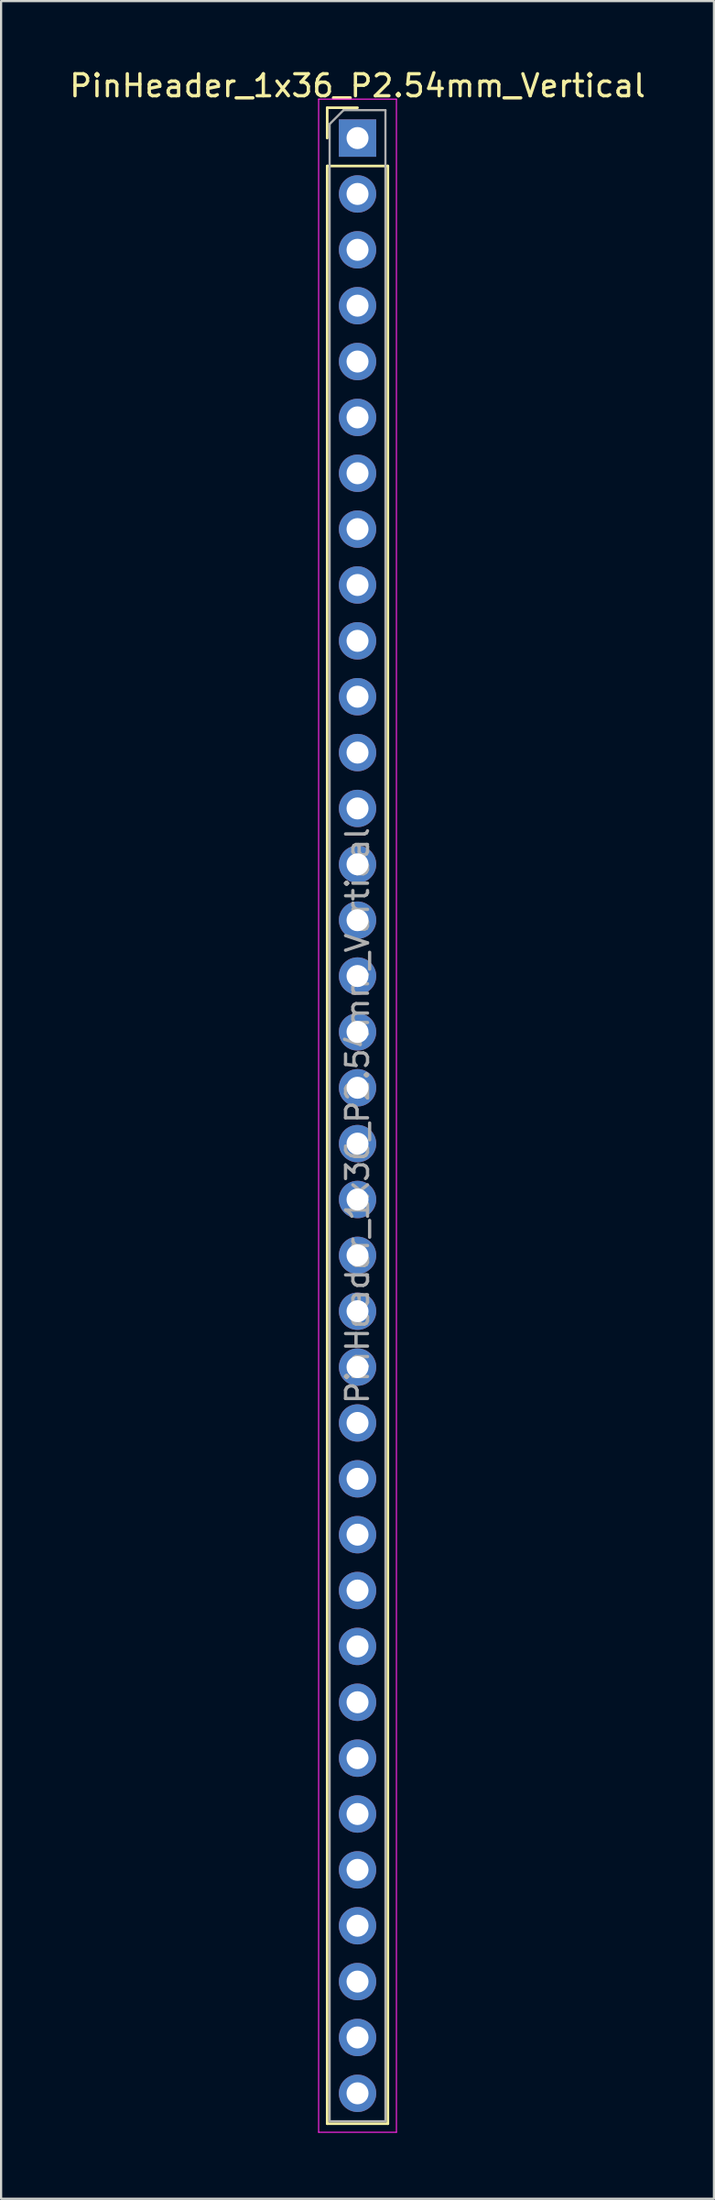
<source format=kicad_pcb>
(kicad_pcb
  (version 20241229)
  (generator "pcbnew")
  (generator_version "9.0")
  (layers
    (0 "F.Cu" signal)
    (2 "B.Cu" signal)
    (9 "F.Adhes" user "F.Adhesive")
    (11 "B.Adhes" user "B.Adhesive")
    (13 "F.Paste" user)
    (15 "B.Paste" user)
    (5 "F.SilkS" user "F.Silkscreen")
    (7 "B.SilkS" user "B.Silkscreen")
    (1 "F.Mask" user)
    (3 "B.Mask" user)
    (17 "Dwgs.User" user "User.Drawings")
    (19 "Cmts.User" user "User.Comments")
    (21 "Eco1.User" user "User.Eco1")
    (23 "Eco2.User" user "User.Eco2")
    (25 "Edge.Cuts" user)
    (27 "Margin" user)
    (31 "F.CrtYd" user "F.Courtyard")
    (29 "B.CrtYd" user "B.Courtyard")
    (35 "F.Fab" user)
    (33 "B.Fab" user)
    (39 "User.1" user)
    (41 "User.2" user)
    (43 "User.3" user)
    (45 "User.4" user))
  (footprint "PinHeader_1x36_P2.54mm_Vertical"
    (layer "F.Cu")
    (at 13.22 3.228)
    (property "Reference" "PinHeader_1x36_P2.54mm_Vertical" (at 0 -2.38 0) (layer "F.SilkS") (effects (font (size 1 1) (thickness 0.15))))
    (attr through_hole)
    (fp_line (start -1.38 -1.38) (end 0 -1.38) (stroke (width 0.12) (type solid)) (layer "F.SilkS"))
    (fp_line (start -1.38 0) (end -1.38 -1.38) (stroke (width 0.12) (type solid)) (layer "F.SilkS"))
    (fp_line (start -1.38 1.27) (end -1.38 90.28) (stroke (width 0.12) (type solid)) (layer "F.SilkS"))
    (fp_line (start -1.38 1.27) (end 1.38 1.27) (stroke (width 0.12) (type solid)) (layer "F.SilkS"))
    (fp_line (start -1.38 90.28) (end 1.38 90.28) (stroke (width 0.12) (type solid)) (layer "F.SilkS"))
    (fp_line (start 1.38 1.27) (end 1.38 90.28) (stroke (width 0.12) (type solid)) (layer "F.SilkS"))
    (fp_line (start -1.77 -1.77) (end -1.77 90.67) (stroke (width 0.05) (type solid)) (layer "F.CrtYd"))
    (fp_line (start -1.77 90.67) (end 1.77 90.67) (stroke (width 0.05) (type solid)) (layer "F.CrtYd"))
    (fp_line (start 1.77 -1.77) (end -1.77 -1.77) (stroke (width 0.05) (type solid)) (layer "F.CrtYd"))
    (fp_line (start 1.77 90.67) (end 1.77 -1.77) (stroke (width 0.05) (type solid)) (layer "F.CrtYd"))
    (fp_line (start -1.27 -0.635) (end -0.635 -1.27) (stroke (width 0.1) (type solid)) (layer "F.Fab"))
    (fp_line (start -1.27 90.17) (end -1.27 -0.635) (stroke (width 0.1) (type solid)) (layer "F.Fab"))
    (fp_line (start -0.635 -1.27) (end 1.27 -1.27) (stroke (width 0.1) (type solid)) (layer "F.Fab"))
    (fp_line (start 1.27 -1.27) (end 1.27 90.17) (stroke (width 0.1) (type solid)) (layer "F.Fab"))
    (fp_line (start 1.27 90.17) (end -1.27 90.17) (stroke (width 0.1) (type solid)) (layer "F.Fab"))
    (fp_text user "${REFERENCE}" (at 0 44.45 90) (layer "F.Fab") (effects (font (size 1 1) (thickness 0.15))))
    (pad "1" thru_hole rect (at 0 0) (size 1.7 1.7) (drill 1) (layers "*.Cu" "*.Mask"))
    (pad "2" thru_hole circle (at 0 2.54) (size 1.7 1.7) (drill 1) (layers "*.Cu" "*.Mask"))
    (pad "3" thru_hole circle (at 0 5.08) (size 1.7 1.7) (drill 1) (layers "*.Cu" "*.Mask"))
    (pad "4" thru_hole circle (at 0 7.62) (size 1.7 1.7) (drill 1) (layers "*.Cu" "*.Mask"))
    (pad "5" thru_hole circle (at 0 10.16) (size 1.7 1.7) (drill 1) (layers "*.Cu" "*.Mask"))
    (pad "6" thru_hole circle (at 0 12.7) (size 1.7 1.7) (drill 1) (layers "*.Cu" "*.Mask"))
    (pad "7" thru_hole circle (at 0 15.24) (size 1.7 1.7) (drill 1) (layers "*.Cu" "*.Mask"))
    (pad "8" thru_hole circle (at 0 17.78) (size 1.7 1.7) (drill 1) (layers "*.Cu" "*.Mask"))
    (pad "9" thru_hole circle (at 0 20.32) (size 1.7 1.7) (drill 1) (layers "*.Cu" "*.Mask"))
    (pad "10" thru_hole circle (at 0 22.86) (size 1.7 1.7) (drill 1) (layers "*.Cu" "*.Mask"))
    (pad "11" thru_hole circle (at 0 25.4) (size 1.7 1.7) (drill 1) (layers "*.Cu" "*.Mask"))
    (pad "12" thru_hole circle (at 0 27.94) (size 1.7 1.7) (drill 1) (layers "*.Cu" "*.Mask"))
    (pad "13" thru_hole circle (at 0 30.48) (size 1.7 1.7) (drill 1) (layers "*.Cu" "*.Mask"))
    (pad "14" thru_hole circle (at 0 33.02) (size 1.7 1.7) (drill 1) (layers "*.Cu" "*.Mask"))
    (pad "15" thru_hole circle (at 0 35.56) (size 1.7 1.7) (drill 1) (layers "*.Cu" "*.Mask"))
    (pad "16" thru_hole circle (at 0 38.1) (size 1.7 1.7) (drill 1) (layers "*.Cu" "*.Mask"))
    (pad "17" thru_hole circle (at 0 40.64) (size 1.7 1.7) (drill 1) (layers "*.Cu" "*.Mask"))
    (pad "18" thru_hole circle (at 0 43.18) (size 1.7 1.7) (drill 1) (layers "*.Cu" "*.Mask"))
    (pad "19" thru_hole circle (at 0 45.72) (size 1.7 1.7) (drill 1) (layers "*.Cu" "*.Mask"))
    (pad "20" thru_hole circle (at 0 48.26) (size 1.7 1.7) (drill 1) (layers "*.Cu" "*.Mask"))
    (pad "21" thru_hole circle (at 0 50.8) (size 1.7 1.7) (drill 1) (layers "*.Cu" "*.Mask"))
    (pad "22" thru_hole circle (at 0 53.34) (size 1.7 1.7) (drill 1) (layers "*.Cu" "*.Mask"))
    (pad "23" thru_hole circle (at 0 55.88) (size 1.7 1.7) (drill 1) (layers "*.Cu" "*.Mask"))
    (pad "24" thru_hole circle (at 0 58.42) (size 1.7 1.7) (drill 1) (layers "*.Cu" "*.Mask"))
    (pad "25" thru_hole circle (at 0 60.96) (size 1.7 1.7) (drill 1) (layers "*.Cu" "*.Mask"))
    (pad "26" thru_hole circle (at 0 63.5) (size 1.7 1.7) (drill 1) (layers "*.Cu" "*.Mask"))
    (pad "27" thru_hole circle (at 0 66.04) (size 1.7 1.7) (drill 1) (layers "*.Cu" "*.Mask"))
    (pad "28" thru_hole circle (at 0 68.58) (size 1.7 1.7) (drill 1) (layers "*.Cu" "*.Mask"))
    (pad "29" thru_hole circle (at 0 71.12) (size 1.7 1.7) (drill 1) (layers "*.Cu" "*.Mask"))
    (pad "30" thru_hole circle (at 0 73.66) (size 1.7 1.7) (drill 1) (layers "*.Cu" "*.Mask"))
    (pad "31" thru_hole circle (at 0 76.2) (size 1.7 1.7) (drill 1) (layers "*.Cu" "*.Mask"))
    (pad "32" thru_hole circle (at 0 78.74) (size 1.7 1.7) (drill 1) (layers "*.Cu" "*.Mask"))
    (pad "33" thru_hole circle (at 0 81.28) (size 1.7 1.7) (drill 1) (layers "*.Cu" "*.Mask"))
    (pad "34" thru_hole circle (at 0 83.82) (size 1.7 1.7) (drill 1) (layers "*.Cu" "*.Mask"))
    (pad "35" thru_hole circle (at 0 86.36) (size 1.7 1.7) (drill 1) (layers "*.Cu" "*.Mask"))
    (pad "36" thru_hole circle (at 0 88.9) (size 1.7 1.7) (drill 1) (layers "*.Cu" "*.Mask")))
  (gr_rect
    (start -3 -3)
    (end 29.44 96.923)
    (stroke (width 0.1) (type default))
    (fill no)
    (layer "Edge.Cuts")))
</source>
